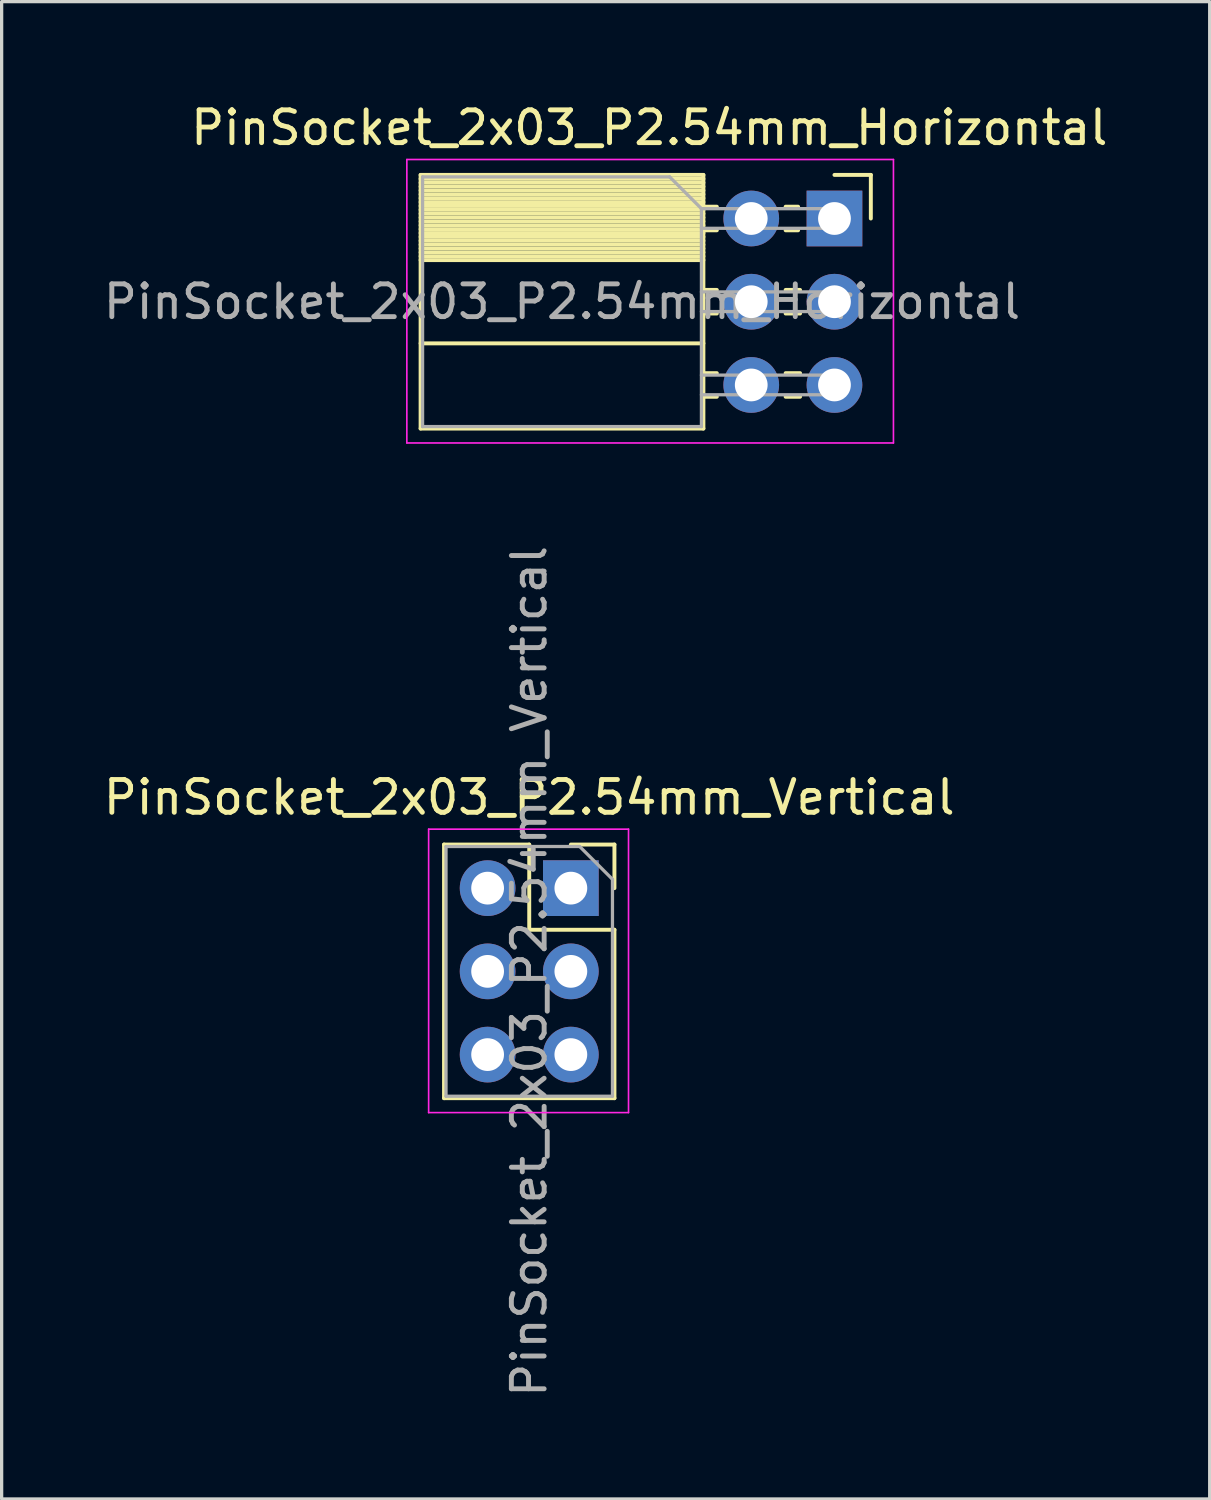
<source format=kicad_pcb>
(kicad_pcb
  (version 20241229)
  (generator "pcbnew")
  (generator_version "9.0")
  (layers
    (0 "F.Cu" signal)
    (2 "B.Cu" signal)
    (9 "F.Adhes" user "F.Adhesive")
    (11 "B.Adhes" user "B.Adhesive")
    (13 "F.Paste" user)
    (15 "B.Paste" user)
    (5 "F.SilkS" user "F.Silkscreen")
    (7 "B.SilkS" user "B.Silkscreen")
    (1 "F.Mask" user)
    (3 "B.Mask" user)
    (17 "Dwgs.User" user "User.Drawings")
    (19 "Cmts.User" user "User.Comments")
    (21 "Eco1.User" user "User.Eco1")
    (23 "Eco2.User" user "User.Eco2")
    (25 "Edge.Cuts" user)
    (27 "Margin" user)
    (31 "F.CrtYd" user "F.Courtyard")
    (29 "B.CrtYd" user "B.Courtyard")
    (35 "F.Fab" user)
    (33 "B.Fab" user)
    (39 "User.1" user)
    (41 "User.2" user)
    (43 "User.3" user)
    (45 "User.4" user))
  (footprint "PinSocket_2x03_P2.54mm_Horizontal"
    (layer "F.Cu")
    (at 22.416 3.618)
    (property "Reference" "PinSocket_2x03_P2.54mm_Horizontal" (at -5.65 -2.77 0) (layer "F.SilkS") (effects (font (size 1 1) (thickness 0.15))))
    (attr through_hole)
    (fp_line (start -12.63 -1.33) (end -12.63 6.41) (stroke (width 0.12) (type solid)) (layer "F.SilkS"))
    (fp_line (start -12.63 -1.33) (end -4 -1.33) (stroke (width 0.12) (type solid)) (layer "F.SilkS"))
    (fp_line (start -12.63 -1.21) (end -4 -1.21) (stroke (width 0.12) (type solid)) (layer "F.SilkS"))
    (fp_line (start -12.63 -1.092) (end -4 -1.092) (stroke (width 0.12) (type solid)) (layer "F.SilkS"))
    (fp_line (start -12.63 -0.974) (end -4 -0.974) (stroke (width 0.12) (type solid)) (layer "F.SilkS"))
    (fp_line (start -12.63 -0.856) (end -4 -0.856) (stroke (width 0.12) (type solid)) (layer "F.SilkS"))
    (fp_line (start -12.63 -0.738) (end -4 -0.738) (stroke (width 0.12) (type solid)) (layer "F.SilkS"))
    (fp_line (start -12.63 -0.62) (end -4 -0.62) (stroke (width 0.12) (type solid)) (layer "F.SilkS"))
    (fp_line (start -12.63 -0.501) (end -4 -0.501) (stroke (width 0.12) (type solid)) (layer "F.SilkS"))
    (fp_line (start -12.63 -0.383) (end -4 -0.383) (stroke (width 0.12) (type solid)) (layer "F.SilkS"))
    (fp_line (start -12.63 -0.265) (end -4 -0.265) (stroke (width 0.12) (type solid)) (layer "F.SilkS"))
    (fp_line (start -12.63 -0.147) (end -4 -0.147) (stroke (width 0.12) (type solid)) (layer "F.SilkS"))
    (fp_line (start -12.63 -0.029) (end -4 -0.029) (stroke (width 0.12) (type solid)) (layer "F.SilkS"))
    (fp_line (start -12.63 0.089) (end -4 0.089) (stroke (width 0.12) (type solid)) (layer "F.SilkS"))
    (fp_line (start -12.63 0.207) (end -4 0.207) (stroke (width 0.12) (type solid)) (layer "F.SilkS"))
    (fp_line (start -12.63 0.325) (end -4 0.325) (stroke (width 0.12) (type solid)) (layer "F.SilkS"))
    (fp_line (start -12.63 0.443) (end -4 0.443) (stroke (width 0.12) (type solid)) (layer "F.SilkS"))
    (fp_line (start -12.63 0.561) (end -4 0.561) (stroke (width 0.12) (type solid)) (layer "F.SilkS"))
    (fp_line (start -12.63 0.68) (end -4 0.68) (stroke (width 0.12) (type solid)) (layer "F.SilkS"))
    (fp_line (start -12.63 0.798) (end -4 0.798) (stroke (width 0.12) (type solid)) (layer "F.SilkS"))
    (fp_line (start -12.63 0.916) (end -4 0.916) (stroke (width 0.12) (type solid)) (layer "F.SilkS"))
    (fp_line (start -12.63 1.034) (end -4 1.034) (stroke (width 0.12) (type solid)) (layer "F.SilkS"))
    (fp_line (start -12.63 1.152) (end -4 1.152) (stroke (width 0.12) (type solid)) (layer "F.SilkS"))
    (fp_line (start -12.63 1.27) (end -4 1.27) (stroke (width 0.12) (type solid)) (layer "F.SilkS"))
    (fp_line (start -12.63 3.81) (end -4 3.81) (stroke (width 0.12) (type solid)) (layer "F.SilkS"))
    (fp_line (start -12.63 6.41) (end -4 6.41) (stroke (width 0.12) (type solid)) (layer "F.SilkS"))
    (fp_line (start -4 -1.33) (end -4 6.41) (stroke (width 0.12) (type solid)) (layer "F.SilkS"))
    (fp_line (start -4 -0.36) (end -3.59 -0.36) (stroke (width 0.12) (type solid)) (layer "F.SilkS"))
    (fp_line (start -4 0.36) (end -3.59 0.36) (stroke (width 0.12) (type solid)) (layer "F.SilkS"))
    (fp_line (start -4 2.18) (end -3.59 2.18) (stroke (width 0.12) (type solid)) (layer "F.SilkS"))
    (fp_line (start -4 2.9) (end -3.59 2.9) (stroke (width 0.12) (type solid)) (layer "F.SilkS"))
    (fp_line (start -4 4.72) (end -3.59 4.72) (stroke (width 0.12) (type solid)) (layer "F.SilkS"))
    (fp_line (start -4 5.44) (end -3.59 5.44) (stroke (width 0.12) (type solid)) (layer "F.SilkS"))
    (fp_line (start -1.49 -0.36) (end -1.11 -0.36) (stroke (width 0.12) (type solid)) (layer "F.SilkS"))
    (fp_line (start -1.49 0.36) (end -1.11 0.36) (stroke (width 0.12) (type solid)) (layer "F.SilkS"))
    (fp_line (start -1.49 2.18) (end -1.05 2.18) (stroke (width 0.12) (type solid)) (layer "F.SilkS"))
    (fp_line (start -1.49 2.9) (end -1.05 2.9) (stroke (width 0.12) (type solid)) (layer "F.SilkS"))
    (fp_line (start -1.49 4.72) (end -1.05 4.72) (stroke (width 0.12) (type solid)) (layer "F.SilkS"))
    (fp_line (start -1.49 5.44) (end -1.05 5.44) (stroke (width 0.12) (type solid)) (layer "F.SilkS"))
    (fp_line (start 0 -1.33) (end 1.11 -1.33) (stroke (width 0.12) (type solid)) (layer "F.SilkS"))
    (fp_line (start 1.11 -1.33) (end 1.11 0) (stroke (width 0.12) (type solid)) (layer "F.SilkS"))
    (fp_line (start -13.05 -1.8) (end -13.05 6.85) (stroke (width 0.05) (type solid)) (layer "F.CrtYd"))
    (fp_line (start -13.05 6.85) (end 1.8 6.85) (stroke (width 0.05) (type solid)) (layer "F.CrtYd"))
    (fp_line (start 1.8 -1.8) (end -13.05 -1.8) (stroke (width 0.05) (type solid)) (layer "F.CrtYd"))
    (fp_line (start 1.8 6.85) (end 1.8 -1.8) (stroke (width 0.05) (type solid)) (layer "F.CrtYd"))
    (fp_line (start -12.57 -1.27) (end -5.03 -1.27) (stroke (width 0.1) (type solid)) (layer "F.Fab"))
    (fp_line (start -12.57 6.35) (end -12.57 -1.27) (stroke (width 0.1) (type solid)) (layer "F.Fab"))
    (fp_line (start -5.03 -1.27) (end -4.06 -0.3) (stroke (width 0.1) (type solid)) (layer "F.Fab"))
    (fp_line (start -4.06 -0.3) (end -4.06 6.35) (stroke (width 0.1) (type solid)) (layer "F.Fab"))
    (fp_line (start -4.06 0.3) (end 0 0.3) (stroke (width 0.1) (type solid)) (layer "F.Fab"))
    (fp_line (start -4.06 2.84) (end 0 2.84) (stroke (width 0.1) (type solid)) (layer "F.Fab"))
    (fp_line (start -4.06 5.38) (end 0 5.38) (stroke (width 0.1) (type solid)) (layer "F.Fab"))
    (fp_line (start -4.06 6.35) (end -12.57 6.35) (stroke (width 0.1) (type solid)) (layer "F.Fab"))
    (fp_line (start 0 -0.3) (end -4.06 -0.3) (stroke (width 0.1) (type solid)) (layer "F.Fab"))
    (fp_line (start 0 0.3) (end 0 -0.3) (stroke (width 0.1) (type solid)) (layer "F.Fab"))
    (fp_line (start 0 2.24) (end -4.06 2.24) (stroke (width 0.1) (type solid)) (layer "F.Fab"))
    (fp_line (start 0 2.84) (end 0 2.24) (stroke (width 0.1) (type solid)) (layer "F.Fab"))
    (fp_line (start 0 4.78) (end -4.06 4.78) (stroke (width 0.1) (type solid)) (layer "F.Fab"))
    (fp_line (start 0 5.38) (end 0 4.78) (stroke (width 0.1) (type solid)) (layer "F.Fab"))
    (fp_text user "${REFERENCE}" (at -8.315 2.54 0) (layer "F.Fab") (effects (font (size 1 1) (thickness 0.15))))
    (pad "1" thru_hole rect (at 0 0) (size 1.7 1.7) (drill 1) (layers "*.Cu" "*.Mask"))
    (pad "2" thru_hole circle (at -2.54 0) (size 1.7 1.7) (drill 1) (layers "*.Cu" "*.Mask"))
    (pad "3" thru_hole circle (at 0 2.54) (size 1.7 1.7) (drill 1) (layers "*.Cu" "*.Mask"))
    (pad "4" thru_hole circle (at -2.54 2.54) (size 1.7 1.7) (drill 1) (layers "*.Cu" "*.Mask"))
    (pad "5" thru_hole circle (at 0 5.08) (size 1.7 1.7) (drill 1) (layers "*.Cu" "*.Mask"))
    (pad "6" thru_hole circle (at -2.54 5.08) (size 1.7 1.7) (drill 1) (layers "*.Cu" "*.Mask")))
  (footprint "PinSocket_2x03_P2.54mm_Vertical"
    (layer "F.Cu")
    (at 14.371 24.054)
    (property "Reference" "PinSocket_2x03_P2.54mm_Vertical" (at -1.27 -2.77 0) (layer "F.SilkS") (effects (font (size 1 1) (thickness 0.15))))
    (attr through_hole)
    (fp_line (start -3.87 -1.33) (end -3.87 6.41) (stroke (width 0.12) (type solid)) (layer "F.SilkS"))
    (fp_line (start -3.87 -1.33) (end -1.27 -1.33) (stroke (width 0.12) (type solid)) (layer "F.SilkS"))
    (fp_line (start -3.87 6.41) (end 1.33 6.41) (stroke (width 0.12) (type solid)) (layer "F.SilkS"))
    (fp_line (start -1.27 -1.33) (end -1.27 1.27) (stroke (width 0.12) (type solid)) (layer "F.SilkS"))
    (fp_line (start -1.27 1.27) (end 1.33 1.27) (stroke (width 0.12) (type solid)) (layer "F.SilkS"))
    (fp_line (start 0 -1.33) (end 1.33 -1.33) (stroke (width 0.12) (type solid)) (layer "F.SilkS"))
    (fp_line (start 1.33 -1.33) (end 1.33 0) (stroke (width 0.12) (type solid)) (layer "F.SilkS"))
    (fp_line (start 1.33 1.27) (end 1.33 6.41) (stroke (width 0.12) (type solid)) (layer "F.SilkS"))
    (fp_line (start -4.34 -1.8) (end 1.76 -1.8) (stroke (width 0.05) (type solid)) (layer "F.CrtYd"))
    (fp_line (start -4.34 6.85) (end -4.34 -1.8) (stroke (width 0.05) (type solid)) (layer "F.CrtYd"))
    (fp_line (start 1.76 -1.8) (end 1.76 6.85) (stroke (width 0.05) (type solid)) (layer "F.CrtYd"))
    (fp_line (start 1.76 6.85) (end -4.34 6.85) (stroke (width 0.05) (type solid)) (layer "F.CrtYd"))
    (fp_line (start -3.81 -1.27) (end 0.27 -1.27) (stroke (width 0.1) (type solid)) (layer "F.Fab"))
    (fp_line (start -3.81 6.35) (end -3.81 -1.27) (stroke (width 0.1) (type solid)) (layer "F.Fab"))
    (fp_line (start 0.27 -1.27) (end 1.27 -0.27) (stroke (width 0.1) (type solid)) (layer "F.Fab"))
    (fp_line (start 1.27 -0.27) (end 1.27 6.35) (stroke (width 0.1) (type solid)) (layer "F.Fab"))
    (fp_line (start 1.27 6.35) (end -3.81 6.35) (stroke (width 0.1) (type solid)) (layer "F.Fab"))
    (fp_text user "${REFERENCE}" (at -1.27 2.54 90) (layer "F.Fab") (effects (font (size 1 1) (thickness 0.15))))
    (pad "1" thru_hole rect (at 0 0) (size 1.7 1.7) (drill 1) (layers "*.Cu" "*.Mask"))
    (pad "2" thru_hole circle (at -2.54 0) (size 1.7 1.7) (drill 1) (layers "*.Cu" "*.Mask"))
    (pad "3" thru_hole circle (at 0 2.54) (size 1.7 1.7) (drill 1) (layers "*.Cu" "*.Mask"))
    (pad "4" thru_hole circle (at -2.54 2.54) (size 1.7 1.7) (drill 1) (layers "*.Cu" "*.Mask"))
    (pad "5" thru_hole circle (at 0 5.08) (size 1.7 1.7) (drill 1) (layers "*.Cu" "*.Mask"))
    (pad "6" thru_hole circle (at -2.54 5.08) (size 1.7 1.7) (drill 1) (layers "*.Cu" "*.Mask")))
  (gr_rect
    (start -3 -3)
    (end 33.867 42.696)
    (stroke (width 0.1) (type default))
    (fill no)
    (layer "Edge.Cuts")))
</source>
